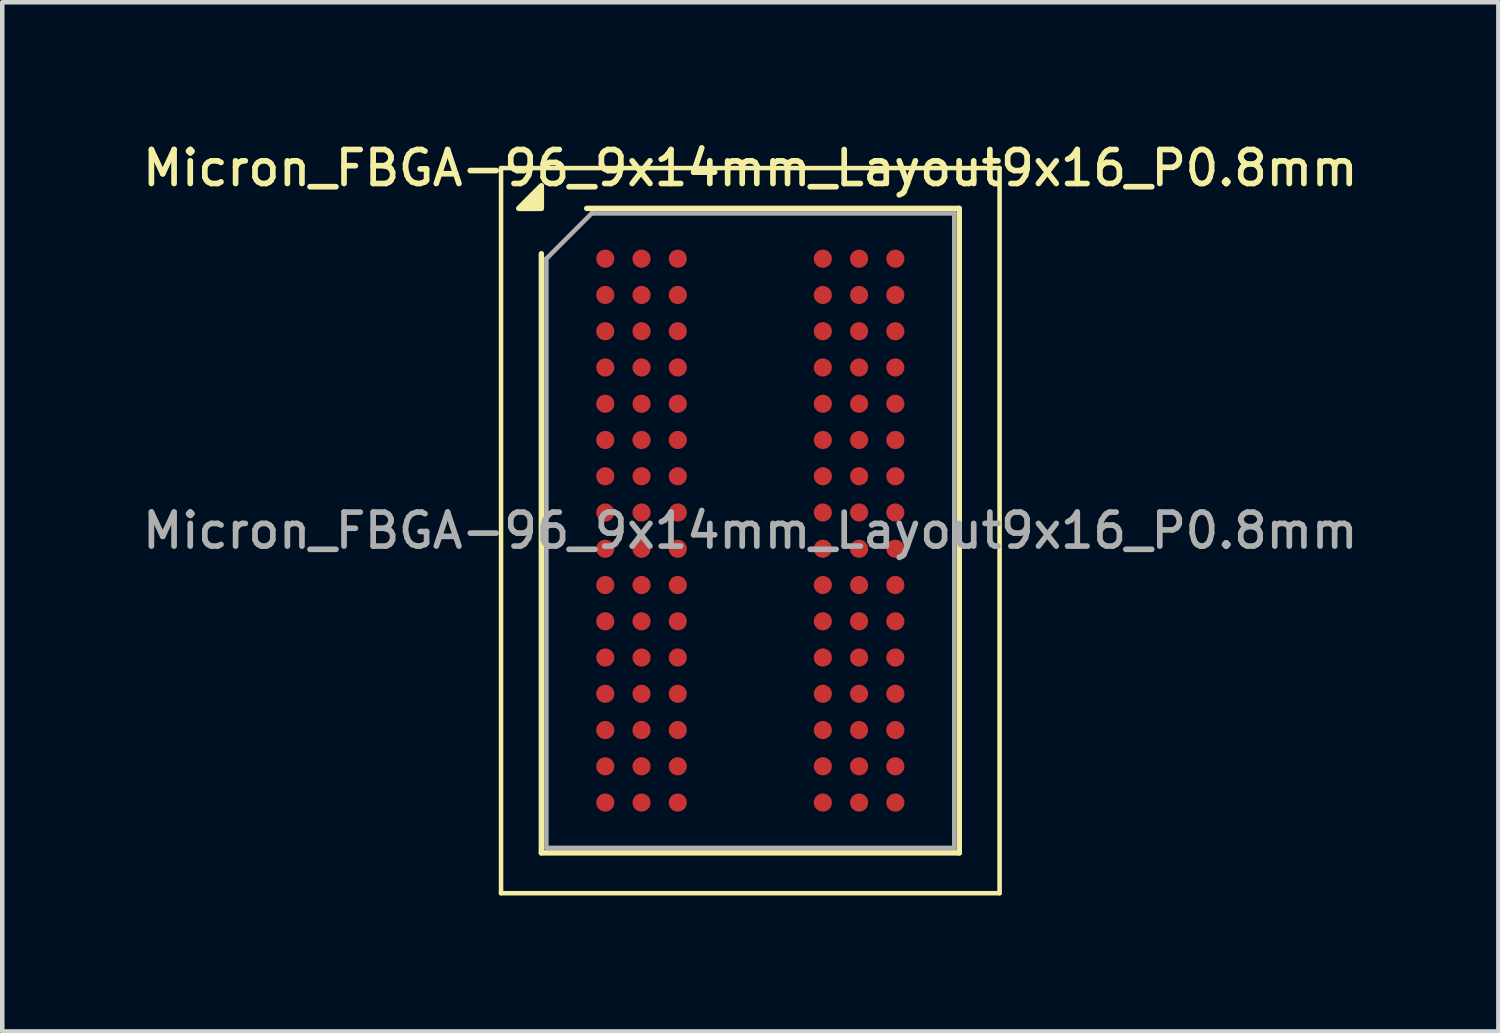
<source format=kicad_pcb>
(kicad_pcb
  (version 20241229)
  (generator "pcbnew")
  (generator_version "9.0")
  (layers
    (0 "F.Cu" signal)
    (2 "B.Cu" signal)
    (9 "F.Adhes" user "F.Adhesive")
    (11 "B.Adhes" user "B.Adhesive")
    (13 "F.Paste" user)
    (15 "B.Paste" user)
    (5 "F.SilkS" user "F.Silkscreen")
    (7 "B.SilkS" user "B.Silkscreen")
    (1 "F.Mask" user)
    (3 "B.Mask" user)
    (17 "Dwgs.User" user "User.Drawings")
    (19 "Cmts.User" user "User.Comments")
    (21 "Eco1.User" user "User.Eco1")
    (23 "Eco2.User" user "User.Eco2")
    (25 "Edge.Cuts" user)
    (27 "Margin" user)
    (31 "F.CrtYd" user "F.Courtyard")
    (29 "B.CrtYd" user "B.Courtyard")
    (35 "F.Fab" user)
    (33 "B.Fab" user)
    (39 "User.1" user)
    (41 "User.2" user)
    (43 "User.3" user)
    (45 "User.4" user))
  (footprint "Micron_FBGA-96_9x14mm_Layout9x16_P0.8mm"
    (layer "F.Cu")
    (at 13.505 8.658)
    (property "Reference" "Micron_FBGA-96_9x14mm_Layout9x16_P0.8mm" (at 0 -8 0) (layer "F.SilkS") (effects (font (size 0.75 0.75) (thickness 0.125))))
    (attr smd)
    (fp_line (start -5.5 -8) (end -5.5 8) (stroke (width 0.1) (type solid)) (layer "F.SilkS"))
    (fp_line (start -5.5 8) (end 5.5 8) (stroke (width 0.1) (type solid)) (layer "F.SilkS"))
    (fp_line (start -4.61 7.11) (end -4.61 -6.11) (stroke (width 0.12) (type solid)) (layer "F.SilkS"))
    (fp_line (start -3.61 -7.11) (end 4.61 -7.11) (stroke (width 0.12) (type solid)) (layer "F.SilkS"))
    (fp_line (start 4.61 -7.11) (end 4.61 7.11) (stroke (width 0.12) (type solid)) (layer "F.SilkS"))
    (fp_line (start 4.61 7.11) (end -4.61 7.11) (stroke (width 0.12) (type solid)) (layer "F.SilkS"))
    (fp_line (start 5.5 -8) (end -5.5 -8) (stroke (width 0.1) (type solid)) (layer "F.SilkS"))
    (fp_line (start 5.5 8) (end 5.5 -8) (stroke (width 0.1) (type solid)) (layer "F.SilkS"))
    (fp_poly (pts (xy -4.61 -7.11) (xy -5.11 -7.11) (xy -4.61 -7.61) (xy -4.61 -7.11)) (stroke (width 0.12) (type solid)) (fill yes) (layer "F.SilkS"))
    (fp_line (start -4.5 -6) (end -3.5 -7) (stroke (width 0.1) (type solid)) (layer "F.Fab"))
    (fp_line (start -4.5 7) (end -4.5 -6) (stroke (width 0.1) (type solid)) (layer "F.Fab"))
    (fp_line (start -3.5 -7) (end 4.5 -7) (stroke (width 0.1) (type solid)) (layer "F.Fab"))
    (fp_line (start 4.5 -7) (end 4.5 7) (stroke (width 0.1) (type solid)) (layer "F.Fab"))
    (fp_line (start 4.5 7) (end -4.5 7) (stroke (width 0.1) (type solid)) (layer "F.Fab"))
    (fp_text user "${REFERENCE}" (at 0 0 0) (layer "F.Fab") (effects (font (size 0.75 0.75) (thickness 0.125))))
    (pad "A1" smd circle (at -3.2 -6) (size 0.4 0.4) (property pad_prop_bga) (layers "F.Cu" "F.Mask" "F.Paste"))
    (pad "A2" smd circle (at -2.4 -6) (size 0.4 0.4) (property pad_prop_bga) (layers "F.Cu" "F.Mask" "F.Paste"))
    (pad "A3" smd circle (at -1.6 -6) (size 0.4 0.4) (property pad_prop_bga) (layers "F.Cu" "F.Mask" "F.Paste"))
    (pad "A7" smd circle (at 1.6 -6) (size 0.4 0.4) (property pad_prop_bga) (layers "F.Cu" "F.Mask" "F.Paste"))
    (pad "A8" smd circle (at 2.4 -6) (size 0.4 0.4) (property pad_prop_bga) (layers "F.Cu" "F.Mask" "F.Paste"))
    (pad "A9" smd circle (at 3.2 -6) (size 0.4 0.4) (property pad_prop_bga) (layers "F.Cu" "F.Mask" "F.Paste"))
    (pad "B1" smd circle (at -3.2 -5.2) (size 0.4 0.4) (property pad_prop_bga) (layers "F.Cu" "F.Mask" "F.Paste"))
    (pad "B2" smd circle (at -2.4 -5.2) (size 0.4 0.4) (property pad_prop_bga) (layers "F.Cu" "F.Mask" "F.Paste"))
    (pad "B3" smd circle (at -1.6 -5.2) (size 0.4 0.4) (property pad_prop_bga) (layers "F.Cu" "F.Mask" "F.Paste"))
    (pad "B7" smd circle (at 1.6 -5.2) (size 0.4 0.4) (property pad_prop_bga) (layers "F.Cu" "F.Mask" "F.Paste"))
    (pad "B8" smd circle (at 2.4 -5.2) (size 0.4 0.4) (property pad_prop_bga) (layers "F.Cu" "F.Mask" "F.Paste"))
    (pad "B9" smd circle (at 3.2 -5.2) (size 0.4 0.4) (property pad_prop_bga) (layers "F.Cu" "F.Mask" "F.Paste"))
    (pad "C1" smd circle (at -3.2 -4.4) (size 0.4 0.4) (property pad_prop_bga) (layers "F.Cu" "F.Mask" "F.Paste"))
    (pad "C2" smd circle (at -2.4 -4.4) (size 0.4 0.4) (property pad_prop_bga) (layers "F.Cu" "F.Mask" "F.Paste"))
    (pad "C3" smd circle (at -1.6 -4.4) (size 0.4 0.4) (property pad_prop_bga) (layers "F.Cu" "F.Mask" "F.Paste"))
    (pad "C7" smd circle (at 1.6 -4.4) (size 0.4 0.4) (property pad_prop_bga) (layers "F.Cu" "F.Mask" "F.Paste"))
    (pad "C8" smd circle (at 2.4 -4.4) (size 0.4 0.4) (property pad_prop_bga) (layers "F.Cu" "F.Mask" "F.Paste"))
    (pad "C9" smd circle (at 3.2 -4.4) (size 0.4 0.4) (property pad_prop_bga) (layers "F.Cu" "F.Mask" "F.Paste"))
    (pad "D1" smd circle (at -3.2 -3.6) (size 0.4 0.4) (property pad_prop_bga) (layers "F.Cu" "F.Mask" "F.Paste"))
    (pad "D2" smd circle (at -2.4 -3.6) (size 0.4 0.4) (property pad_prop_bga) (layers "F.Cu" "F.Mask" "F.Paste"))
    (pad "D3" smd circle (at -1.6 -3.6) (size 0.4 0.4) (property pad_prop_bga) (layers "F.Cu" "F.Mask" "F.Paste"))
    (pad "D7" smd circle (at 1.6 -3.6) (size 0.4 0.4) (property pad_prop_bga) (layers "F.Cu" "F.Mask" "F.Paste"))
    (pad "D8" smd circle (at 2.4 -3.6) (size 0.4 0.4) (property pad_prop_bga) (layers "F.Cu" "F.Mask" "F.Paste"))
    (pad "D9" smd circle (at 3.2 -3.6) (size 0.4 0.4) (property pad_prop_bga) (layers "F.Cu" "F.Mask" "F.Paste"))
    (pad "E1" smd circle (at -3.2 -2.8) (size 0.4 0.4) (property pad_prop_bga) (layers "F.Cu" "F.Mask" "F.Paste"))
    (pad "E2" smd circle (at -2.4 -2.8) (size 0.4 0.4) (property pad_prop_bga) (layers "F.Cu" "F.Mask" "F.Paste"))
    (pad "E3" smd circle (at -1.6 -2.8) (size 0.4 0.4) (property pad_prop_bga) (layers "F.Cu" "F.Mask" "F.Paste"))
    (pad "E7" smd circle (at 1.6 -2.8) (size 0.4 0.4) (property pad_prop_bga) (layers "F.Cu" "F.Mask" "F.Paste"))
    (pad "E8" smd circle (at 2.4 -2.8) (size 0.4 0.4) (property pad_prop_bga) (layers "F.Cu" "F.Mask" "F.Paste"))
    (pad "E9" smd circle (at 3.2 -2.8) (size 0.4 0.4) (property pad_prop_bga) (layers "F.Cu" "F.Mask" "F.Paste"))
    (pad "F1" smd circle (at -3.2 -2) (size 0.4 0.4) (property pad_prop_bga) (layers "F.Cu" "F.Mask" "F.Paste"))
    (pad "F2" smd circle (at -2.4 -2) (size 0.4 0.4) (property pad_prop_bga) (layers "F.Cu" "F.Mask" "F.Paste"))
    (pad "F3" smd circle (at -1.6 -2) (size 0.4 0.4) (property pad_prop_bga) (layers "F.Cu" "F.Mask" "F.Paste"))
    (pad "F7" smd circle (at 1.6 -2) (size 0.4 0.4) (property pad_prop_bga) (layers "F.Cu" "F.Mask" "F.Paste"))
    (pad "F8" smd circle (at 2.4 -2) (size 0.4 0.4) (property pad_prop_bga) (layers "F.Cu" "F.Mask" "F.Paste"))
    (pad "F9" smd circle (at 3.2 -2) (size 0.4 0.4) (property pad_prop_bga) (layers "F.Cu" "F.Mask" "F.Paste"))
    (pad "G1" smd circle (at -3.2 -1.2) (size 0.4 0.4) (property pad_prop_bga) (layers "F.Cu" "F.Mask" "F.Paste"))
    (pad "G2" smd circle (at -2.4 -1.2) (size 0.4 0.4) (property pad_prop_bga) (layers "F.Cu" "F.Mask" "F.Paste"))
    (pad "G3" smd circle (at -1.6 -1.2) (size 0.4 0.4) (property pad_prop_bga) (layers "F.Cu" "F.Mask" "F.Paste"))
    (pad "G7" smd circle (at 1.6 -1.2) (size 0.4 0.4) (property pad_prop_bga) (layers "F.Cu" "F.Mask" "F.Paste"))
    (pad "G8" smd circle (at 2.4 -1.2) (size 0.4 0.4) (property pad_prop_bga) (layers "F.Cu" "F.Mask" "F.Paste"))
    (pad "G9" smd circle (at 3.2 -1.2) (size 0.4 0.4) (property pad_prop_bga) (layers "F.Cu" "F.Mask" "F.Paste"))
    (pad "H1" smd circle (at -3.2 -0.4) (size 0.4 0.4) (property pad_prop_bga) (layers "F.Cu" "F.Mask" "F.Paste"))
    (pad "H2" smd circle (at -2.4 -0.4) (size 0.4 0.4) (property pad_prop_bga) (layers "F.Cu" "F.Mask" "F.Paste"))
    (pad "H3" smd circle (at -1.6 -0.4) (size 0.4 0.4) (property pad_prop_bga) (layers "F.Cu" "F.Mask" "F.Paste"))
    (pad "H7" smd circle (at 1.6 -0.4) (size 0.4 0.4) (property pad_prop_bga) (layers "F.Cu" "F.Mask" "F.Paste"))
    (pad "H8" smd circle (at 2.4 -0.4) (size 0.4 0.4) (property pad_prop_bga) (layers "F.Cu" "F.Mask" "F.Paste"))
    (pad "H9" smd circle (at 3.2 -0.4) (size 0.4 0.4) (property pad_prop_bga) (layers "F.Cu" "F.Mask" "F.Paste"))
    (pad "J1" smd circle (at -3.2 0.4) (size 0.4 0.4) (property pad_prop_bga) (layers "F.Cu" "F.Mask" "F.Paste"))
    (pad "J2" smd circle (at -2.4 0.4) (size 0.4 0.4) (property pad_prop_bga) (layers "F.Cu" "F.Mask" "F.Paste"))
    (pad "J3" smd circle (at -1.6 0.4) (size 0.4 0.4) (property pad_prop_bga) (layers "F.Cu" "F.Mask" "F.Paste"))
    (pad "J7" smd circle (at 1.6 0.4) (size 0.4 0.4) (property pad_prop_bga) (layers "F.Cu" "F.Mask" "F.Paste"))
    (pad "J8" smd circle (at 2.4 0.4) (size 0.4 0.4) (property pad_prop_bga) (layers "F.Cu" "F.Mask" "F.Paste"))
    (pad "J9" smd circle (at 3.2 0.4) (size 0.4 0.4) (property pad_prop_bga) (layers "F.Cu" "F.Mask" "F.Paste"))
    (pad "K1" smd circle (at -3.2 1.2) (size 0.4 0.4) (property pad_prop_bga) (layers "F.Cu" "F.Mask" "F.Paste"))
    (pad "K2" smd circle (at -2.4 1.2) (size 0.4 0.4) (property pad_prop_bga) (layers "F.Cu" "F.Mask" "F.Paste"))
    (pad "K3" smd circle (at -1.6 1.2) (size 0.4 0.4) (property pad_prop_bga) (layers "F.Cu" "F.Mask" "F.Paste"))
    (pad "K7" smd circle (at 1.6 1.2) (size 0.4 0.4) (property pad_prop_bga) (layers "F.Cu" "F.Mask" "F.Paste"))
    (pad "K8" smd circle (at 2.4 1.2) (size 0.4 0.4) (property pad_prop_bga) (layers "F.Cu" "F.Mask" "F.Paste"))
    (pad "K9" smd circle (at 3.2 1.2) (size 0.4 0.4) (property pad_prop_bga) (layers "F.Cu" "F.Mask" "F.Paste"))
    (pad "L1" smd circle (at -3.2 2) (size 0.4 0.4) (property pad_prop_bga) (layers "F.Cu" "F.Mask" "F.Paste"))
    (pad "L2" smd circle (at -2.4 2) (size 0.4 0.4) (property pad_prop_bga) (layers "F.Cu" "F.Mask" "F.Paste"))
    (pad "L3" smd circle (at -1.6 2) (size 0.4 0.4) (property pad_prop_bga) (layers "F.Cu" "F.Mask" "F.Paste"))
    (pad "L7" smd circle (at 1.6 2) (size 0.4 0.4) (property pad_prop_bga) (layers "F.Cu" "F.Mask" "F.Paste"))
    (pad "L8" smd circle (at 2.4 2) (size 0.4 0.4) (property pad_prop_bga) (layers "F.Cu" "F.Mask" "F.Paste"))
    (pad "L9" smd circle (at 3.2 2) (size 0.4 0.4) (property pad_prop_bga) (layers "F.Cu" "F.Mask" "F.Paste"))
    (pad "M1" smd circle (at -3.2 2.8) (size 0.4 0.4) (property pad_prop_bga) (layers "F.Cu" "F.Mask" "F.Paste"))
    (pad "M2" smd circle (at -2.4 2.8) (size 0.4 0.4) (property pad_prop_bga) (layers "F.Cu" "F.Mask" "F.Paste"))
    (pad "M3" smd circle (at -1.6 2.8) (size 0.4 0.4) (property pad_prop_bga) (layers "F.Cu" "F.Mask" "F.Paste"))
    (pad "M7" smd circle (at 1.6 2.8) (size 0.4 0.4) (property pad_prop_bga) (layers "F.Cu" "F.Mask" "F.Paste"))
    (pad "M8" smd circle (at 2.4 2.8) (size 0.4 0.4) (property pad_prop_bga) (layers "F.Cu" "F.Mask" "F.Paste"))
    (pad "M9" smd circle (at 3.2 2.8) (size 0.4 0.4) (property pad_prop_bga) (layers "F.Cu" "F.Mask" "F.Paste"))
    (pad "N1" smd circle (at -3.2 3.6) (size 0.4 0.4) (property pad_prop_bga) (layers "F.Cu" "F.Mask" "F.Paste"))
    (pad "N2" smd circle (at -2.4 3.6) (size 0.4 0.4) (property pad_prop_bga) (layers "F.Cu" "F.Mask" "F.Paste"))
    (pad "N3" smd circle (at -1.6 3.6) (size 0.4 0.4) (property pad_prop_bga) (layers "F.Cu" "F.Mask" "F.Paste"))
    (pad "N7" smd circle (at 1.6 3.6) (size 0.4 0.4) (property pad_prop_bga) (layers "F.Cu" "F.Mask" "F.Paste"))
    (pad "N8" smd circle (at 2.4 3.6) (size 0.4 0.4) (property pad_prop_bga) (layers "F.Cu" "F.Mask" "F.Paste"))
    (pad "N9" smd circle (at 3.2 3.6) (size 0.4 0.4) (property pad_prop_bga) (layers "F.Cu" "F.Mask" "F.Paste"))
    (pad "P1" smd circle (at -3.2 4.4) (size 0.4 0.4) (property pad_prop_bga) (layers "F.Cu" "F.Mask" "F.Paste"))
    (pad "P2" smd circle (at -2.4 4.4) (size 0.4 0.4) (property pad_prop_bga) (layers "F.Cu" "F.Mask" "F.Paste"))
    (pad "P3" smd circle (at -1.6 4.4) (size 0.4 0.4) (property pad_prop_bga) (layers "F.Cu" "F.Mask" "F.Paste"))
    (pad "P7" smd circle (at 1.6 4.4) (size 0.4 0.4) (property pad_prop_bga) (layers "F.Cu" "F.Mask" "F.Paste"))
    (pad "P8" smd circle (at 2.4 4.4) (size 0.4 0.4) (property pad_prop_bga) (layers "F.Cu" "F.Mask" "F.Paste"))
    (pad "P9" smd circle (at 3.2 4.4) (size 0.4 0.4) (property pad_prop_bga) (layers "F.Cu" "F.Mask" "F.Paste"))
    (pad "R1" smd circle (at -3.2 5.2) (size 0.4 0.4) (property pad_prop_bga) (layers "F.Cu" "F.Mask" "F.Paste"))
    (pad "R2" smd circle (at -2.4 5.2) (size 0.4 0.4) (property pad_prop_bga) (layers "F.Cu" "F.Mask" "F.Paste"))
    (pad "R3" smd circle (at -1.6 5.2) (size 0.4 0.4) (property pad_prop_bga) (layers "F.Cu" "F.Mask" "F.Paste"))
    (pad "R7" smd circle (at 1.6 5.2) (size 0.4 0.4) (property pad_prop_bga) (layers "F.Cu" "F.Mask" "F.Paste"))
    (pad "R8" smd circle (at 2.4 5.2) (size 0.4 0.4) (property pad_prop_bga) (layers "F.Cu" "F.Mask" "F.Paste"))
    (pad "R9" smd circle (at 3.2 5.2) (size 0.4 0.4) (property pad_prop_bga) (layers "F.Cu" "F.Mask" "F.Paste"))
    (pad "T1" smd circle (at -3.2 6) (size 0.4 0.4) (property pad_prop_bga) (layers "F.Cu" "F.Mask" "F.Paste"))
    (pad "T2" smd circle (at -2.4 6) (size 0.4 0.4) (property pad_prop_bga) (layers "F.Cu" "F.Mask" "F.Paste"))
    (pad "T3" smd circle (at -1.6 6) (size 0.4 0.4) (property pad_prop_bga) (layers "F.Cu" "F.Mask" "F.Paste"))
    (pad "T7" smd circle (at 1.6 6) (size 0.4 0.4) (property pad_prop_bga) (layers "F.Cu" "F.Mask" "F.Paste"))
    (pad "T8" smd circle (at 2.4 6) (size 0.4 0.4) (property pad_prop_bga) (layers "F.Cu" "F.Mask" "F.Paste"))
    (pad "T9" smd circle (at 3.2 6) (size 0.4 0.4) (property pad_prop_bga) (layers "F.Cu" "F.Mask" "F.Paste")))
  (gr_rect
    (start -3 -3)
    (end 30.011 19.708)
    (stroke (width 0.1) (type default))
    (fill no)
    (layer "Edge.Cuts")))
</source>
